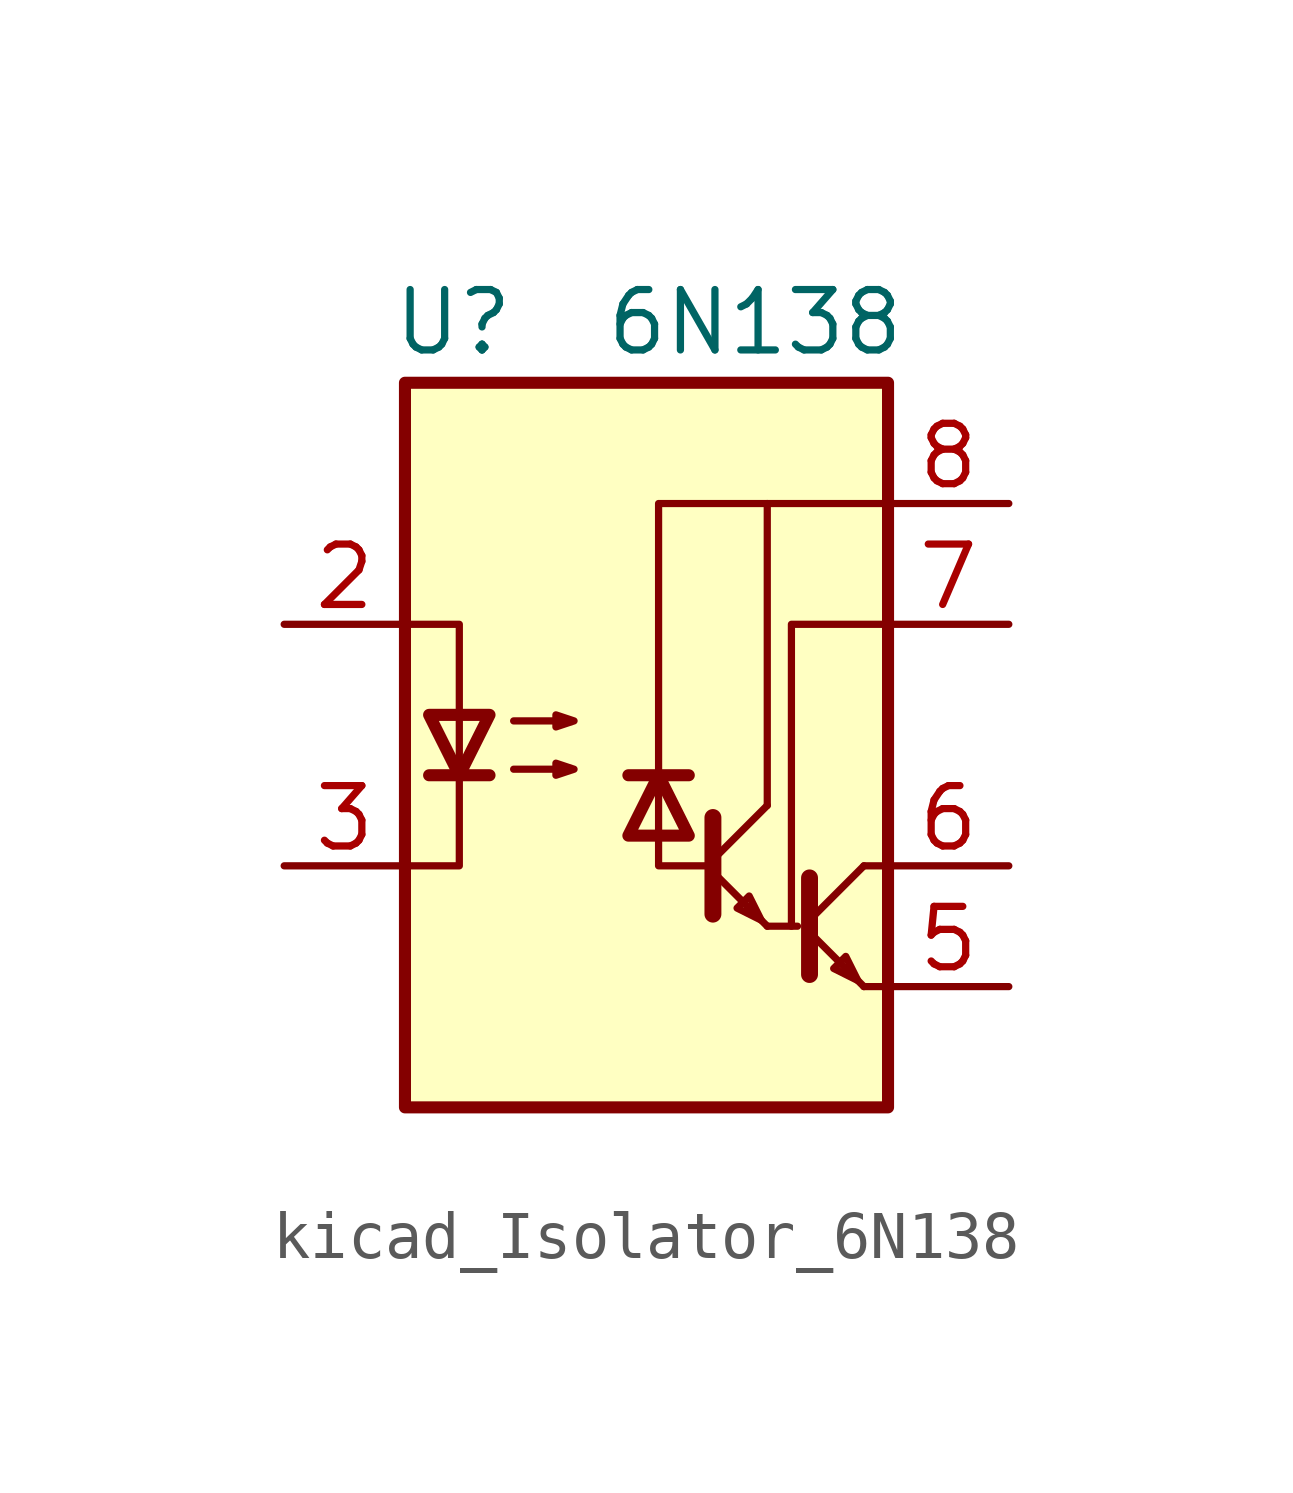
<source format=kicad_sym>
(kicad_symbol_lib
  (version 20220914)
  (generator kicad_symbol_editor)
  (symbol "kicad_Isolator_6N138"
    (pin_names
      (offset 1.016) hide)
    (property "Reference" "U"
      (at -4.064 8.89 0)
      (effects (font (size 1.27 1.27))))
    (property "Value" "6N138"
      (at 2.286 8.89 0)
      (effects (font (size 1.27 1.27))))
    (symbol "kicad_Isolator_6N138_0_1"
      (rectangle (start -5.08 7.62) (end 5.08 -7.62) (stroke (width 0.254) (type default)) (fill (type background)))
      (polyline (pts (xy -4.572 -0.635) (xy -3.302 -0.635)) (stroke (width 0.254) (type default)) (fill (type none)))
      (polyline (pts (xy 0.889 -0.635) (xy -0.381 -0.635)) (stroke (width 0.254) (type default)) (fill (type none)))
      (polyline (pts (xy 1.397 -2.667) (xy 2.54 -3.81)) (stroke (width 0) (type default)) (fill (type none)))
      (polyline (pts (xy 1.397 -2.413) (xy 2.54 -1.27)) (stroke (width 0) (type default)) (fill (type none)))
      (polyline (pts (xy 2.54 -3.81) (xy 3.175 -3.81)) (stroke (width 0) (type default)) (fill (type none)))
      (polyline (pts (xy 3.429 -3.937) (xy 4.572 -5.08)) (stroke (width 0) (type default)) (fill (type none)))
      (polyline (pts (xy 3.429 -3.683) (xy 4.572 -2.54)) (stroke (width 0) (type default)) (fill (type none)))
      (polyline (pts (xy 4.572 -5.08) (xy 5.08 -5.08)) (stroke (width 0) (type default)) (fill (type none)))
      (polyline (pts (xy 4.572 -2.54) (xy 5.08 -2.54)) (stroke (width 0) (type default)) (fill (type none)))
      (polyline (pts (xy 1.397 -1.524) (xy 1.397 -3.556) (xy 1.397 -3.556)) (stroke (width 0.356) (type default)) (fill (type none)))
      (polyline (pts (xy 2.54 -1.27) (xy 2.54 5.08) (xy 5.08 5.08)) (stroke (width 0) (type default)) (fill (type none)))
      (polyline (pts (xy 3.429 -2.794) (xy 3.429 -4.826) (xy 3.429 -4.826)) (stroke (width 0.356) (type default)) (fill (type none)))
      (polyline (pts (xy 5.08 2.54) (xy 3.048 2.54) (xy 3.048 -3.81)) (stroke (width 0) (type default)) (fill (type none)))
      (polyline (pts (xy -5.08 -2.54) (xy -3.937 -2.54) (xy -3.937 2.54) (xy -5.08 2.54)) (stroke (width 0) (type default)) (fill (type none)))
      (polyline (pts (xy -3.937 -0.635) (xy -4.572 0.635) (xy -3.302 0.635) (xy -3.937 -0.635)) (stroke (width 0.254) (type default)) (fill (type none)))
      (polyline (pts (xy 0.254 -0.635) (xy 0.889 -1.905) (xy -0.381 -1.905) (xy 0.254 -0.635)) (stroke (width 0.254) (type default)) (fill (type none)))
      (polyline (pts (xy 1.27 -2.54) (xy 0.254 -2.54) (xy 0.254 5.08) (xy 2.54 5.08)) (stroke (width 0) (type default)) (fill (type none)))
      (polyline (pts (xy 2.413 -3.683) (xy 2.159 -3.175) (xy 1.905 -3.429) (xy 2.413 -3.683)) (stroke (width 0) (type default)) (fill (type none)))
      (polyline (pts (xy 4.445 -4.953) (xy 4.191 -4.445) (xy 3.937 -4.699) (xy 4.445 -4.953)) (stroke (width 0) (type default)) (fill (type none)))
      (polyline (pts (xy -2.794 -0.508) (xy -1.524 -0.508) (xy -1.905 -0.635) (xy -1.905 -0.381) (xy -1.524 -0.508)) (stroke (width 0) (type default)) (fill (type none)))
      (polyline (pts (xy -2.794 0.508) (xy -1.524 0.508) (xy -1.905 0.381) (xy -1.905 0.635) (xy -1.524 0.508)) (stroke (width 0) (type default)) (fill (type none))))
    (symbol "kicad_Isolator_6N138_1_1"
      (pin no_connect line (at -5.08 5.08 0) (length 2.54) hide (name "NC" (effects (font (size 1.27 1.27)))) (number "1" (effects (font (size 1.27 1.27)))))
      (pin passive line (at -7.62 2.54 0) (length 2.54) (name "C1" (effects (font (size 1.27 1.27)))) (number "2" (effects (font (size 1.27 1.27)))))
      (pin passive line (at -7.62 -2.54 0) (length 2.54) (name "C2" (effects (font (size 1.27 1.27)))) (number "3" (effects (font (size 1.27 1.27)))))
      (pin no_connect line (at -5.08 -5.08 0) (length 2.54) hide (name "NC" (effects (font (size 1.27 1.27)))) (number "4" (effects (font (size 1.27 1.27)))))
      (pin passive line (at 7.62 -5.08 180) (length 2.54) (name "GND" (effects (font (size 1.27 1.27)))) (number "5" (effects (font (size 1.27 1.27)))))
      (pin passive line (at 7.62 -2.54 180) (length 2.54) (name "VO2" (effects (font (size 1.27 1.27)))) (number "6" (effects (font (size 1.27 1.27)))))
      (pin passive line (at 7.62 2.54 180) (length 2.54) (name "VO1" (effects (font (size 1.27 1.27)))) (number "7" (effects (font (size 1.27 1.27)))))
      (pin passive line (at 7.62 5.08 180) (length 2.54) (name "VCC" (effects (font (size 1.27 1.27)))) (number "8" (effects (font (size 1.27 1.27))))))))
</source>
